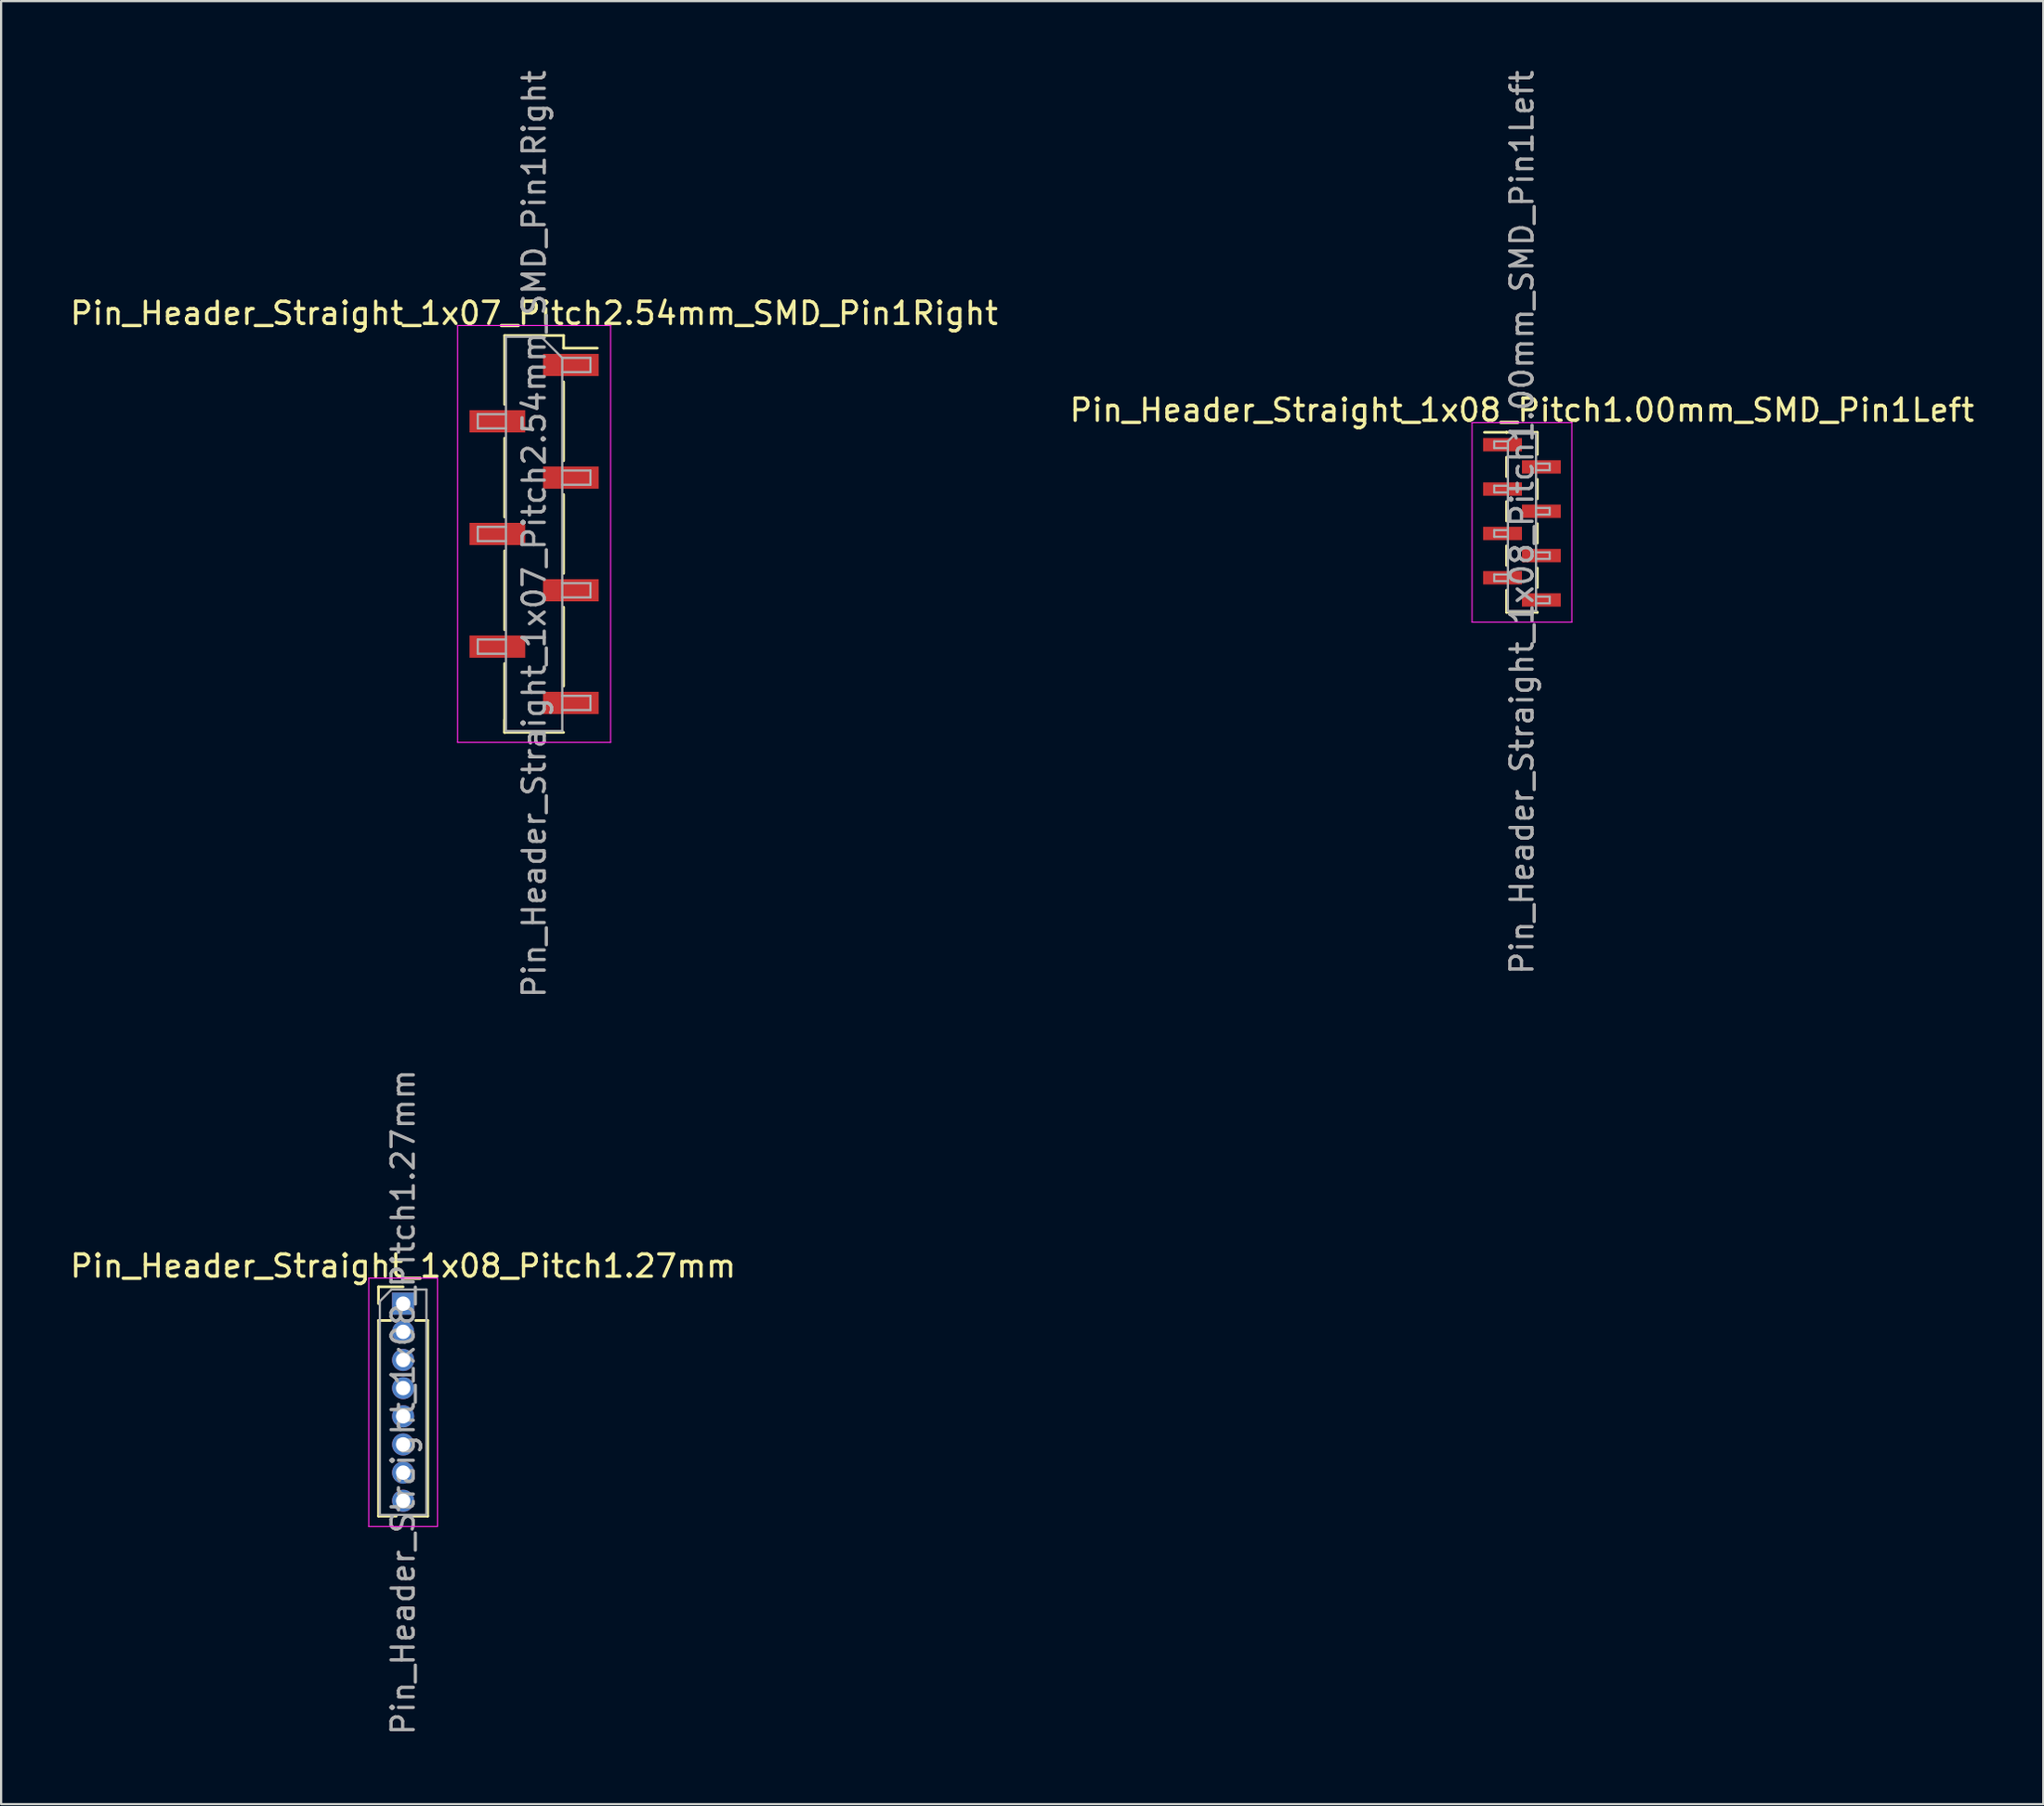
<source format=kicad_pcb>
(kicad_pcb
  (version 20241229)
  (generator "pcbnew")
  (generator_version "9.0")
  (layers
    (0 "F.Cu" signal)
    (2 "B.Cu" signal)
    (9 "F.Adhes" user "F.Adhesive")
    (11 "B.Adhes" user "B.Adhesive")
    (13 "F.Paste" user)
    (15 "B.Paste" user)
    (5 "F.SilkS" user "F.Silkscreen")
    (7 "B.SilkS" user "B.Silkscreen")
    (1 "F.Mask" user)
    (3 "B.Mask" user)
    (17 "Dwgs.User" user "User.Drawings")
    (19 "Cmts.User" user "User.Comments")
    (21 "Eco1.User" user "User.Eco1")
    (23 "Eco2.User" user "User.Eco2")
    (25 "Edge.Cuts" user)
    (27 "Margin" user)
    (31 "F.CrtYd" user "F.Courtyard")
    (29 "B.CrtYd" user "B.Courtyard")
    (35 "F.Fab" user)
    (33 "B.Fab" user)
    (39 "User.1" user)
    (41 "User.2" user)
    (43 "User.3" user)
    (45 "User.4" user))
  (footprint "Pin_Header_Straight_1x08_Pitch1.27mm"
    (layer "F.Cu")
    (at 15.125 55.74)
    (property "Reference" "Pin_Header_Straight_1x08_Pitch1.27mm" (at 0 -1.695 0) (layer "F.SilkS") (effects (font (size 1 1) (thickness 0.15))))
    (attr through_hole)
    (fp_line (start -1.11 -0.76) (end 0 -0.76) (stroke (width 0.12) (type solid)) (layer "F.SilkS"))
    (fp_line (start -1.11 0) (end -1.11 -0.76) (stroke (width 0.12) (type solid)) (layer "F.SilkS"))
    (fp_line (start -1.11 0.76) (end -1.11 9.585) (stroke (width 0.12) (type solid)) (layer "F.SilkS"))
    (fp_line (start -1.11 0.76) (end -0.563 0.76) (stroke (width 0.12) (type solid)) (layer "F.SilkS"))
    (fp_line (start -1.11 9.585) (end -0.308 9.585) (stroke (width 0.12) (type solid)) (layer "F.SilkS"))
    (fp_line (start 0.308 9.585) (end 1.11 9.585) (stroke (width 0.12) (type solid)) (layer "F.SilkS"))
    (fp_line (start 0.563 0.76) (end 1.11 0.76) (stroke (width 0.12) (type solid)) (layer "F.SilkS"))
    (fp_line (start 1.11 0.76) (end 1.11 9.585) (stroke (width 0.12) (type solid)) (layer "F.SilkS"))
    (fp_line (start -1.55 -1.15) (end -1.55 10.05) (stroke (width 0.05) (type solid)) (layer "F.CrtYd"))
    (fp_line (start -1.55 10.05) (end 1.55 10.05) (stroke (width 0.05) (type solid)) (layer "F.CrtYd"))
    (fp_line (start 1.55 -1.15) (end -1.55 -1.15) (stroke (width 0.05) (type solid)) (layer "F.CrtYd"))
    (fp_line (start 1.55 10.05) (end 1.55 -1.15) (stroke (width 0.05) (type solid)) (layer "F.CrtYd"))
    (fp_line (start -1.05 -0.11) (end -0.525 -0.635) (stroke (width 0.1) (type solid)) (layer "F.Fab"))
    (fp_line (start -1.05 9.525) (end -1.05 -0.11) (stroke (width 0.1) (type solid)) (layer "F.Fab"))
    (fp_line (start -0.525 -0.635) (end 1.05 -0.635) (stroke (width 0.1) (type solid)) (layer "F.Fab"))
    (fp_line (start 1.05 -0.635) (end 1.05 9.525) (stroke (width 0.1) (type solid)) (layer "F.Fab"))
    (fp_line (start 1.05 9.525) (end -1.05 9.525) (stroke (width 0.1) (type solid)) (layer "F.Fab"))
    (fp_text user "${REFERENCE}" (at 0 4.445 90) (layer "F.Fab") (effects (font (size 1 1) (thickness 0.15))))
    (pad "1" thru_hole rect (at 0 0) (size 1 1) (drill 0.65) (layers "*.Cu" "*.Mask"))
    (pad "2" thru_hole oval (at 0 1.27) (size 1 1) (drill 0.65) (layers "*.Cu" "*.Mask"))
    (pad "3" thru_hole oval (at 0 2.54) (size 1 1) (drill 0.65) (layers "*.Cu" "*.Mask"))
    (pad "4" thru_hole oval (at 0 3.81) (size 1 1) (drill 0.65) (layers "*.Cu" "*.Mask"))
    (pad "5" thru_hole oval (at 0 5.08) (size 1 1) (drill 0.65) (layers "*.Cu" "*.Mask"))
    (pad "6" thru_hole oval (at 0 6.35) (size 1 1) (drill 0.65) (layers "*.Cu" "*.Mask"))
    (pad "7" thru_hole oval (at 0 7.62) (size 1 1) (drill 0.65) (layers "*.Cu" "*.Mask"))
    (pad "8" thru_hole oval (at 0 8.89) (size 1 1) (drill 0.65) (layers "*.Cu" "*.Mask")))
  (footprint "Pin_Header_Straight_1x08_Pitch1.00mm_SMD_Pin1Left"
    (layer "F.Cu")
    (at 65.565 20.506)
    (property "Reference" "Pin_Header_Straight_1x08_Pitch1.00mm_SMD_Pin1Left" (at 0 -5.06 0) (layer "F.SilkS") (effects (font (size 1 1) (thickness 0.15))))
    (attr smd)
    (fp_line (start -0.695 -4.06) (end -1.69 -4.06) (stroke (width 0.12) (type solid)) (layer "F.SilkS"))
    (fp_line (start -0.695 -4.06) (end -0.695 -4.06) (stroke (width 0.12) (type solid)) (layer "F.SilkS"))
    (fp_line (start -0.695 -4.06) (end 0.695 -4.06) (stroke (width 0.12) (type solid)) (layer "F.SilkS"))
    (fp_line (start -0.695 -2.94) (end -0.695 -2.06) (stroke (width 0.12) (type solid)) (layer "F.SilkS"))
    (fp_line (start -0.695 -0.94) (end -0.695 -0.06) (stroke (width 0.12) (type solid)) (layer "F.SilkS"))
    (fp_line (start -0.695 1.06) (end -0.695 1.94) (stroke (width 0.12) (type solid)) (layer "F.SilkS"))
    (fp_line (start -0.695 3.06) (end -0.695 4.06) (stroke (width 0.12) (type solid)) (layer "F.SilkS"))
    (fp_line (start -0.695 4.06) (end 0.695 4.06) (stroke (width 0.12) (type solid)) (layer "F.SilkS"))
    (fp_line (start 0.695 -4.06) (end 0.695 -3.06) (stroke (width 0.12) (type solid)) (layer "F.SilkS"))
    (fp_line (start 0.695 -1.94) (end 0.695 -1.06) (stroke (width 0.12) (type solid)) (layer "F.SilkS"))
    (fp_line (start 0.695 0.06) (end 0.695 0.94) (stroke (width 0.12) (type solid)) (layer "F.SilkS"))
    (fp_line (start 0.695 2.06) (end 0.695 2.94) (stroke (width 0.12) (type solid)) (layer "F.SilkS"))
    (fp_line (start 0.695 4.06) (end 0.695 4.06) (stroke (width 0.12) (type solid)) (layer "F.SilkS"))
    (fp_line (start -2.25 -4.5) (end -2.25 4.5) (stroke (width 0.05) (type solid)) (layer "F.CrtYd"))
    (fp_line (start -2.25 4.5) (end 2.25 4.5) (stroke (width 0.05) (type solid)) (layer "F.CrtYd"))
    (fp_line (start 2.25 -4.5) (end -2.25 -4.5) (stroke (width 0.05) (type solid)) (layer "F.CrtYd"))
    (fp_line (start 2.25 4.5) (end 2.25 -4.5) (stroke (width 0.05) (type solid)) (layer "F.CrtYd"))
    (fp_line (start -1.25 -3.65) (end -1.25 -3.35) (stroke (width 0.1) (type solid)) (layer "F.Fab"))
    (fp_line (start -1.25 -3.35) (end -0.635 -3.35) (stroke (width 0.1) (type solid)) (layer "F.Fab"))
    (fp_line (start -1.25 -1.65) (end -1.25 -1.35) (stroke (width 0.1) (type solid)) (layer "F.Fab"))
    (fp_line (start -1.25 -1.35) (end -0.635 -1.35) (stroke (width 0.1) (type solid)) (layer "F.Fab"))
    (fp_line (start -1.25 0.35) (end -1.25 0.65) (stroke (width 0.1) (type solid)) (layer "F.Fab"))
    (fp_line (start -1.25 0.65) (end -0.635 0.65) (stroke (width 0.1) (type solid)) (layer "F.Fab"))
    (fp_line (start -1.25 2.35) (end -1.25 2.65) (stroke (width 0.1) (type solid)) (layer "F.Fab"))
    (fp_line (start -1.25 2.65) (end -0.635 2.65) (stroke (width 0.1) (type solid)) (layer "F.Fab"))
    (fp_line (start -0.635 -3.65) (end -1.25 -3.65) (stroke (width 0.1) (type solid)) (layer "F.Fab"))
    (fp_line (start -0.635 -3.65) (end -0.285 -4) (stroke (width 0.1) (type solid)) (layer "F.Fab"))
    (fp_line (start -0.635 -1.65) (end -1.25 -1.65) (stroke (width 0.1) (type solid)) (layer "F.Fab"))
    (fp_line (start -0.635 0.35) (end -1.25 0.35) (stroke (width 0.1) (type solid)) (layer "F.Fab"))
    (fp_line (start -0.635 2.35) (end -1.25 2.35) (stroke (width 0.1) (type solid)) (layer "F.Fab"))
    (fp_line (start -0.635 4) (end -0.635 -3.65) (stroke (width 0.1) (type solid)) (layer "F.Fab"))
    (fp_line (start -0.285 -4) (end 0.635 -4) (stroke (width 0.1) (type solid)) (layer "F.Fab"))
    (fp_line (start 0.635 -4) (end 0.635 4) (stroke (width 0.1) (type solid)) (layer "F.Fab"))
    (fp_line (start 0.635 -2.65) (end 1.25 -2.65) (stroke (width 0.1) (type solid)) (layer "F.Fab"))
    (fp_line (start 0.635 -0.65) (end 1.25 -0.65) (stroke (width 0.1) (type solid)) (layer "F.Fab"))
    (fp_line (start 0.635 1.35) (end 1.25 1.35) (stroke (width 0.1) (type solid)) (layer "F.Fab"))
    (fp_line (start 0.635 3.35) (end 1.25 3.35) (stroke (width 0.1) (type solid)) (layer "F.Fab"))
    (fp_line (start 0.635 4) (end -0.635 4) (stroke (width 0.1) (type solid)) (layer "F.Fab"))
    (fp_line (start 1.25 -2.65) (end 1.25 -2.35) (stroke (width 0.1) (type solid)) (layer "F.Fab"))
    (fp_line (start 1.25 -2.35) (end 0.635 -2.35) (stroke (width 0.1) (type solid)) (layer "F.Fab"))
    (fp_line (start 1.25 -0.65) (end 1.25 -0.35) (stroke (width 0.1) (type solid)) (layer "F.Fab"))
    (fp_line (start 1.25 -0.35) (end 0.635 -0.35) (stroke (width 0.1) (type solid)) (layer "F.Fab"))
    (fp_line (start 1.25 1.35) (end 1.25 1.65) (stroke (width 0.1) (type solid)) (layer "F.Fab"))
    (fp_line (start 1.25 1.65) (end 0.635 1.65) (stroke (width 0.1) (type solid)) (layer "F.Fab"))
    (fp_line (start 1.25 3.35) (end 1.25 3.65) (stroke (width 0.1) (type solid)) (layer "F.Fab"))
    (fp_line (start 1.25 3.65) (end 0.635 3.65) (stroke (width 0.1) (type solid)) (layer "F.Fab"))
    (fp_text user "${REFERENCE}" (at 0 0 90) (layer "F.Fab") (effects (font (size 1 1) (thickness 0.15))))
    (pad "1" smd rect (at -0.875 -3.5) (size 1.75 0.6) (layers "F.Cu" "F.Mask" "F.Paste"))
    (pad "2" smd rect (at 0.875 -2.5) (size 1.75 0.6) (layers "F.Cu" "F.Mask" "F.Paste"))
    (pad "3" smd rect (at -0.875 -1.5) (size 1.75 0.6) (layers "F.Cu" "F.Mask" "F.Paste"))
    (pad "4" smd rect (at 0.875 -0.5) (size 1.75 0.6) (layers "F.Cu" "F.Mask" "F.Paste"))
    (pad "5" smd rect (at -0.875 0.5) (size 1.75 0.6) (layers "F.Cu" "F.Mask" "F.Paste"))
    (pad "6" smd rect (at 0.875 1.5) (size 1.75 0.6) (layers "F.Cu" "F.Mask" "F.Paste"))
    (pad "7" smd rect (at -0.875 2.5) (size 1.75 0.6) (layers "F.Cu" "F.Mask" "F.Paste"))
    (pad "8" smd rect (at 0.875 3.5) (size 1.75 0.6) (layers "F.Cu" "F.Mask" "F.Paste")))
  (footprint "Pin_Header_Straight_1x07_Pitch2.54mm_SMD_Pin1Right"
    (layer "F.Cu")
    (at 21.03 21.03)
    (property "Reference" "Pin_Header_Straight_1x07_Pitch2.54mm_SMD_Pin1Right" (at 0 -9.95 0) (layer "F.SilkS") (effects (font (size 1 1) (thickness 0.15))))
    (attr smd)
    (fp_line (start -1.33 -8.95) (end -1.33 -5.84) (stroke (width 0.12) (type solid)) (layer "F.SilkS"))
    (fp_line (start -1.33 -8.95) (end 1.33 -8.95) (stroke (width 0.12) (type solid)) (layer "F.SilkS"))
    (fp_line (start -1.33 -4.32) (end -1.33 -0.76) (stroke (width 0.12) (type solid)) (layer "F.SilkS"))
    (fp_line (start -1.33 0.76) (end -1.33 4.32) (stroke (width 0.12) (type solid)) (layer "F.SilkS"))
    (fp_line (start -1.33 5.84) (end -1.33 8.95) (stroke (width 0.12) (type solid)) (layer "F.SilkS"))
    (fp_line (start -1.33 8.38) (end -1.33 8.95) (stroke (width 0.12) (type solid)) (layer "F.SilkS"))
    (fp_line (start -1.33 8.95) (end 1.33 8.95) (stroke (width 0.12) (type solid)) (layer "F.SilkS"))
    (fp_line (start 1.33 -8.95) (end 1.33 -8.38) (stroke (width 0.12) (type solid)) (layer "F.SilkS"))
    (fp_line (start 1.33 -8.38) (end 2.85 -8.38) (stroke (width 0.12) (type solid)) (layer "F.SilkS"))
    (fp_line (start 1.33 -6.86) (end 1.33 -3.3) (stroke (width 0.12) (type solid)) (layer "F.SilkS"))
    (fp_line (start 1.33 -1.78) (end 1.33 1.78) (stroke (width 0.12) (type solid)) (layer "F.SilkS"))
    (fp_line (start 1.33 3.3) (end 1.33 6.86) (stroke (width 0.12) (type solid)) (layer "F.SilkS"))
    (fp_line (start -3.45 -9.4) (end -3.45 9.4) (stroke (width 0.05) (type solid)) (layer "F.CrtYd"))
    (fp_line (start -3.45 9.4) (end 3.45 9.4) (stroke (width 0.05) (type solid)) (layer "F.CrtYd"))
    (fp_line (start 3.45 -9.4) (end -3.45 -9.4) (stroke (width 0.05) (type solid)) (layer "F.CrtYd"))
    (fp_line (start 3.45 9.4) (end 3.45 -9.4) (stroke (width 0.05) (type solid)) (layer "F.CrtYd"))
    (fp_line (start -2.54 -5.4) (end -2.54 -4.76) (stroke (width 0.1) (type solid)) (layer "F.Fab"))
    (fp_line (start -2.54 -4.76) (end -1.27 -4.76) (stroke (width 0.1) (type solid)) (layer "F.Fab"))
    (fp_line (start -2.54 -0.32) (end -2.54 0.32) (stroke (width 0.1) (type solid)) (layer "F.Fab"))
    (fp_line (start -2.54 0.32) (end -1.27 0.32) (stroke (width 0.1) (type solid)) (layer "F.Fab"))
    (fp_line (start -2.54 4.76) (end -2.54 5.4) (stroke (width 0.1) (type solid)) (layer "F.Fab"))
    (fp_line (start -2.54 5.4) (end -1.27 5.4) (stroke (width 0.1) (type solid)) (layer "F.Fab"))
    (fp_line (start -1.27 -8.89) (end -1.27 8.89) (stroke (width 0.1) (type solid)) (layer "F.Fab"))
    (fp_line (start -1.27 -8.89) (end 0.32 -8.89) (stroke (width 0.1) (type solid)) (layer "F.Fab"))
    (fp_line (start -1.27 -5.4) (end -2.54 -5.4) (stroke (width 0.1) (type solid)) (layer "F.Fab"))
    (fp_line (start -1.27 -0.32) (end -2.54 -0.32) (stroke (width 0.1) (type solid)) (layer "F.Fab"))
    (fp_line (start -1.27 4.76) (end -2.54 4.76) (stroke (width 0.1) (type solid)) (layer "F.Fab"))
    (fp_line (start 1.27 -7.94) (end 0.32 -8.89) (stroke (width 0.1) (type solid)) (layer "F.Fab"))
    (fp_line (start 1.27 -7.94) (end 2.54 -7.94) (stroke (width 0.1) (type solid)) (layer "F.Fab"))
    (fp_line (start 1.27 -2.86) (end 2.54 -2.86) (stroke (width 0.1) (type solid)) (layer "F.Fab"))
    (fp_line (start 1.27 2.22) (end 2.54 2.22) (stroke (width 0.1) (type solid)) (layer "F.Fab"))
    (fp_line (start 1.27 7.3) (end 2.54 7.3) (stroke (width 0.1) (type solid)) (layer "F.Fab"))
    (fp_line (start 1.27 8.89) (end -1.27 8.89) (stroke (width 0.1) (type solid)) (layer "F.Fab"))
    (fp_line (start 1.27 8.89) (end 1.27 -7.94) (stroke (width 0.1) (type solid)) (layer "F.Fab"))
    (fp_line (start 2.54 -7.94) (end 2.54 -7.3) (stroke (width 0.1) (type solid)) (layer "F.Fab"))
    (fp_line (start 2.54 -7.3) (end 1.27 -7.3) (stroke (width 0.1) (type solid)) (layer "F.Fab"))
    (fp_line (start 2.54 -2.86) (end 2.54 -2.22) (stroke (width 0.1) (type solid)) (layer "F.Fab"))
    (fp_line (start 2.54 -2.22) (end 1.27 -2.22) (stroke (width 0.1) (type solid)) (layer "F.Fab"))
    (fp_line (start 2.54 2.22) (end 2.54 2.86) (stroke (width 0.1) (type solid)) (layer "F.Fab"))
    (fp_line (start 2.54 2.86) (end 1.27 2.86) (stroke (width 0.1) (type solid)) (layer "F.Fab"))
    (fp_line (start 2.54 7.3) (end 2.54 7.94) (stroke (width 0.1) (type solid)) (layer "F.Fab"))
    (fp_line (start 2.54 7.94) (end 1.27 7.94) (stroke (width 0.1) (type solid)) (layer "F.Fab"))
    (fp_text user "${REFERENCE}" (at 0 0 90) (layer "F.Fab") (effects (font (size 1 1) (thickness 0.15))))
    (pad "1" smd rect (at 1.655 -7.62) (size 2.51 1) (layers "F.Cu" "F.Mask" "F.Paste"))
    (pad "2" smd rect (at -1.655 -5.08) (size 2.51 1) (layers "F.Cu" "F.Mask" "F.Paste"))
    (pad "3" smd rect (at 1.655 -2.54) (size 2.51 1) (layers "F.Cu" "F.Mask" "F.Paste"))
    (pad "4" smd rect (at -1.655 0) (size 2.51 1) (layers "F.Cu" "F.Mask" "F.Paste"))
    (pad "5" smd rect (at 1.655 2.54) (size 2.51 1) (layers "F.Cu" "F.Mask" "F.Paste"))
    (pad "6" smd rect (at -1.655 5.08) (size 2.51 1) (layers "F.Cu" "F.Mask" "F.Paste"))
    (pad "7" smd rect (at 1.655 7.62) (size 2.51 1) (layers "F.Cu" "F.Mask" "F.Paste")))
  (gr_rect
    (start -3 -3)
    (end 89.071 78.31)
    (stroke (width 0.1) (type default))
    (fill no)
    (layer "Edge.Cuts")))
</source>
